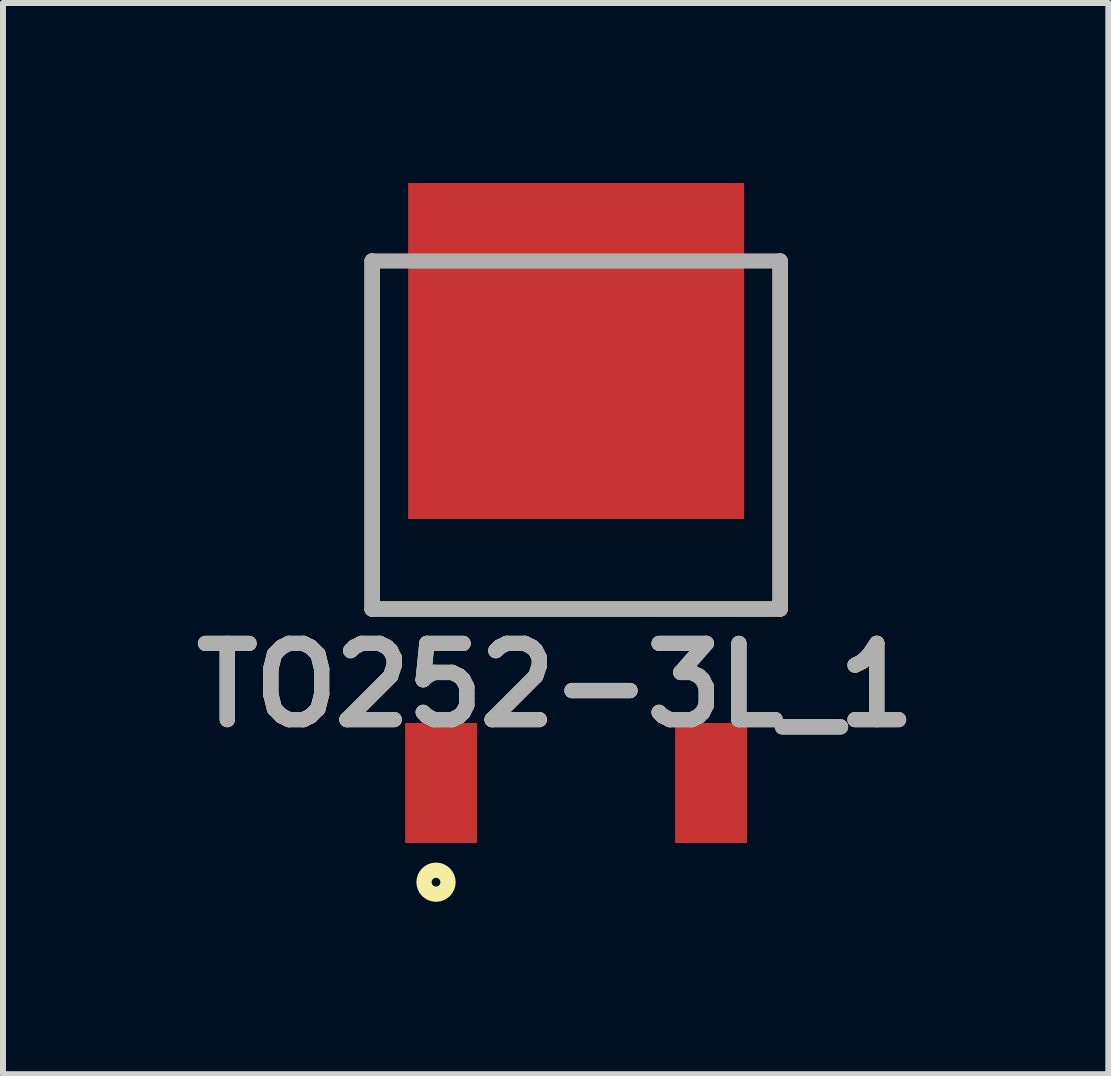
<source format=kicad_pcb>
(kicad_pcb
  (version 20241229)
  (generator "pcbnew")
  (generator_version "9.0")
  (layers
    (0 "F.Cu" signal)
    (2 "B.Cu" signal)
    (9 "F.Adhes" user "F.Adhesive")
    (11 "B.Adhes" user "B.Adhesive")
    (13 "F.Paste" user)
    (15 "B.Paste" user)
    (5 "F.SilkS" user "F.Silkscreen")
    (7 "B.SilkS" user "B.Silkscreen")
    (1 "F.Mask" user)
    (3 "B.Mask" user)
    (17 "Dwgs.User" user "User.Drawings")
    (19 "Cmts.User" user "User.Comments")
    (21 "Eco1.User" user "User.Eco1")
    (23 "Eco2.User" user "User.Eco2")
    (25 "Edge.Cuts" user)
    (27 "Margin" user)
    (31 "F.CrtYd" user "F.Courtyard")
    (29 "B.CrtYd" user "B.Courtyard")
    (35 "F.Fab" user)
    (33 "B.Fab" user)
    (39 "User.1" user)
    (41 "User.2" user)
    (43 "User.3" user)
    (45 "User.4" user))
  (footprint "TO252-3L_1"
    (layer "F.Cu")
    (at 6.552 1.3)
    (property "Reference" "TO252-3L_1" (at -0.341 7.069 0) (layer "F.SilkS") (effects (font (size 1.27 1.27) (thickness 0.254))))
    (attr smd)
    (fp_line (start -3.4 0) (end -3.4 5.8) (stroke (width 0.254) (type solid)) (layer "F.SilkS"))
    (fp_line (start -3.4 5.8) (end 3.4 5.8) (stroke (width 0.254) (type solid)) (layer "F.SilkS"))
    (fp_line (start 3.4 5.8) (end 3.4 0) (stroke (width 0.254) (type solid)) (layer "F.SilkS"))
    (fp_circle (center -2.335 10.353) (end -2.335 10.426) (stroke (width 0.254) (type solid)) (fill no) (layer "F.SilkS"))
    (fp_line (start -3.4 0) (end 3.4 0) (stroke (width 0.254) (type solid)) (layer "F.Fab"))
    (fp_line (start -3.4 5.8) (end -3.4 0) (stroke (width 0.254) (type solid)) (layer "F.Fab"))
    (fp_line (start 3.4 0) (end 3.4 5.8) (stroke (width 0.254) (type solid)) (layer "F.Fab"))
    (fp_line (start 3.4 5.8) (end -3.4 5.8) (stroke (width 0.254) (type solid)) (layer "F.Fab"))
    (fp_text user "${REFERENCE}" (at -0.341 7.069 0) (layer "F.Fab") (effects (font (size 1.27 1.27) (thickness 0.254))))
    (pad "1" smd rect (at -2.25 8.7) (size 1.2 2) (layers "F.Cu" "F.Mask" "F.Paste"))
    (pad "2" smd rect (at 2.25 8.7) (size 1.2 2) (layers "F.Cu" "F.Mask" "F.Paste"))
    (pad "3" smd rect (at 0 1.5 90) (size 5.6 5.6) (layers "F.Cu" "F.Mask" "F.Paste")))
  (gr_rect
    (start -3 -3)
    (end 15.422 14.853)
    (stroke (width 0.1) (type default))
    (fill no)
    (layer "Edge.Cuts")))
</source>
